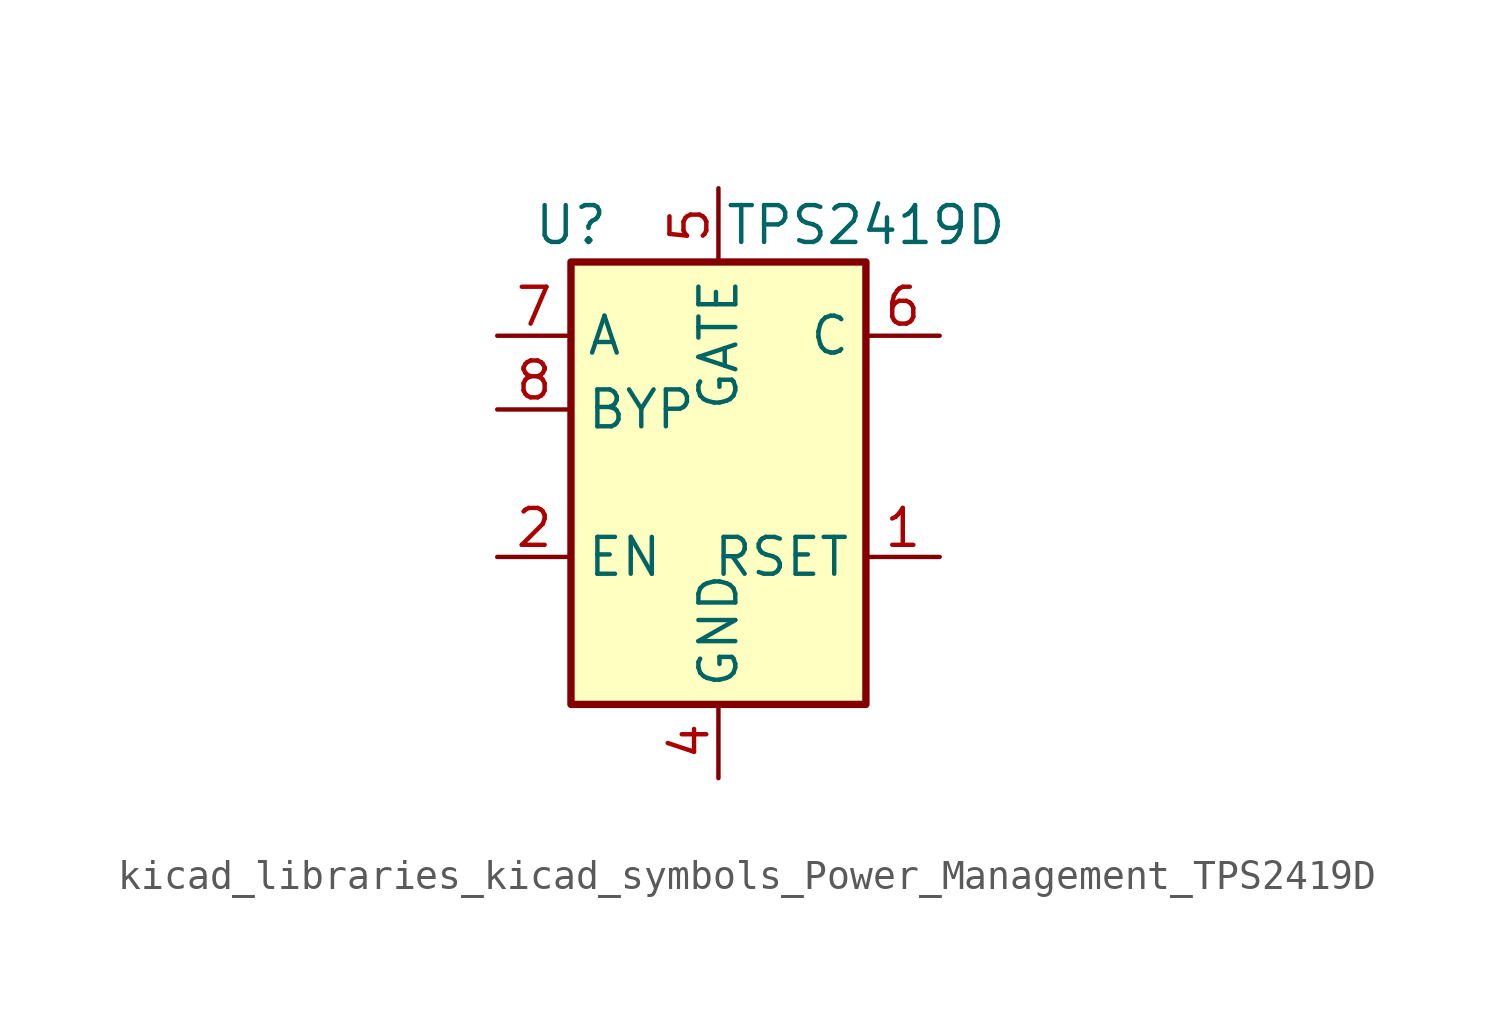
<source format=kicad_sym>
(kicad_symbol_lib
  (version 20220914)
  (generator kicad_symbol_editor)
  (symbol "kicad_libraries_kicad_symbols_Power_Management_TPS2419D"
    (property "Reference" "U"
      (at -5.08 8.89 0)
      (effects (font (size 1.27 1.27))))
    (property "Value" "TPS2419D"
      (at 5.08 8.89 0)
      (effects (font (size 1.27 1.27))))
    (symbol "kicad_libraries_kicad_symbols_Power_Management_TPS2419D_0_1"
      (rectangle (start -5.08 7.62) (end 5.08 -7.62) (stroke (width 0.254) (type default)) (fill (type background))))
    (symbol "kicad_libraries_kicad_symbols_Power_Management_TPS2419D_1_1"
      (pin passive line (at 7.62 -2.54 180) (length 2.54) (name "RSET" (effects (font (size 1.27 1.27)))) (number "1" (effects (font (size 1.27 1.27)))))
      (pin input line (at -7.62 -2.54 0) (length 2.54) (name "EN" (effects (font (size 1.27 1.27)))) (number "2" (effects (font (size 1.27 1.27)))))
      (pin passive line (at 0 -10.16 90) (length 2.54) hide (name "GND" (effects (font (size 1.27 1.27)))) (number "3" (effects (font (size 1.27 1.27)))))
      (pin power_in line (at 0 -10.16 90) (length 2.54) (name "GND" (effects (font (size 1.27 1.27)))) (number "4" (effects (font (size 1.27 1.27)))))
      (pin output line (at 0 10.16 270) (length 2.54) (name "GATE" (effects (font (size 1.27 1.27)))) (number "5" (effects (font (size 1.27 1.27)))))
      (pin input line (at 7.62 5.08 180) (length 2.54) (name "C" (effects (font (size 1.27 1.27)))) (number "6" (effects (font (size 1.27 1.27)))))
      (pin input line (at -7.62 5.08 0) (length 2.54) (name "A" (effects (font (size 1.27 1.27)))) (number "7" (effects (font (size 1.27 1.27)))))
      (pin passive line (at -7.62 2.54 0) (length 2.54) (name "BYP" (effects (font (size 1.27 1.27)))) (number "8" (effects (font (size 1.27 1.27))))))))
</source>
